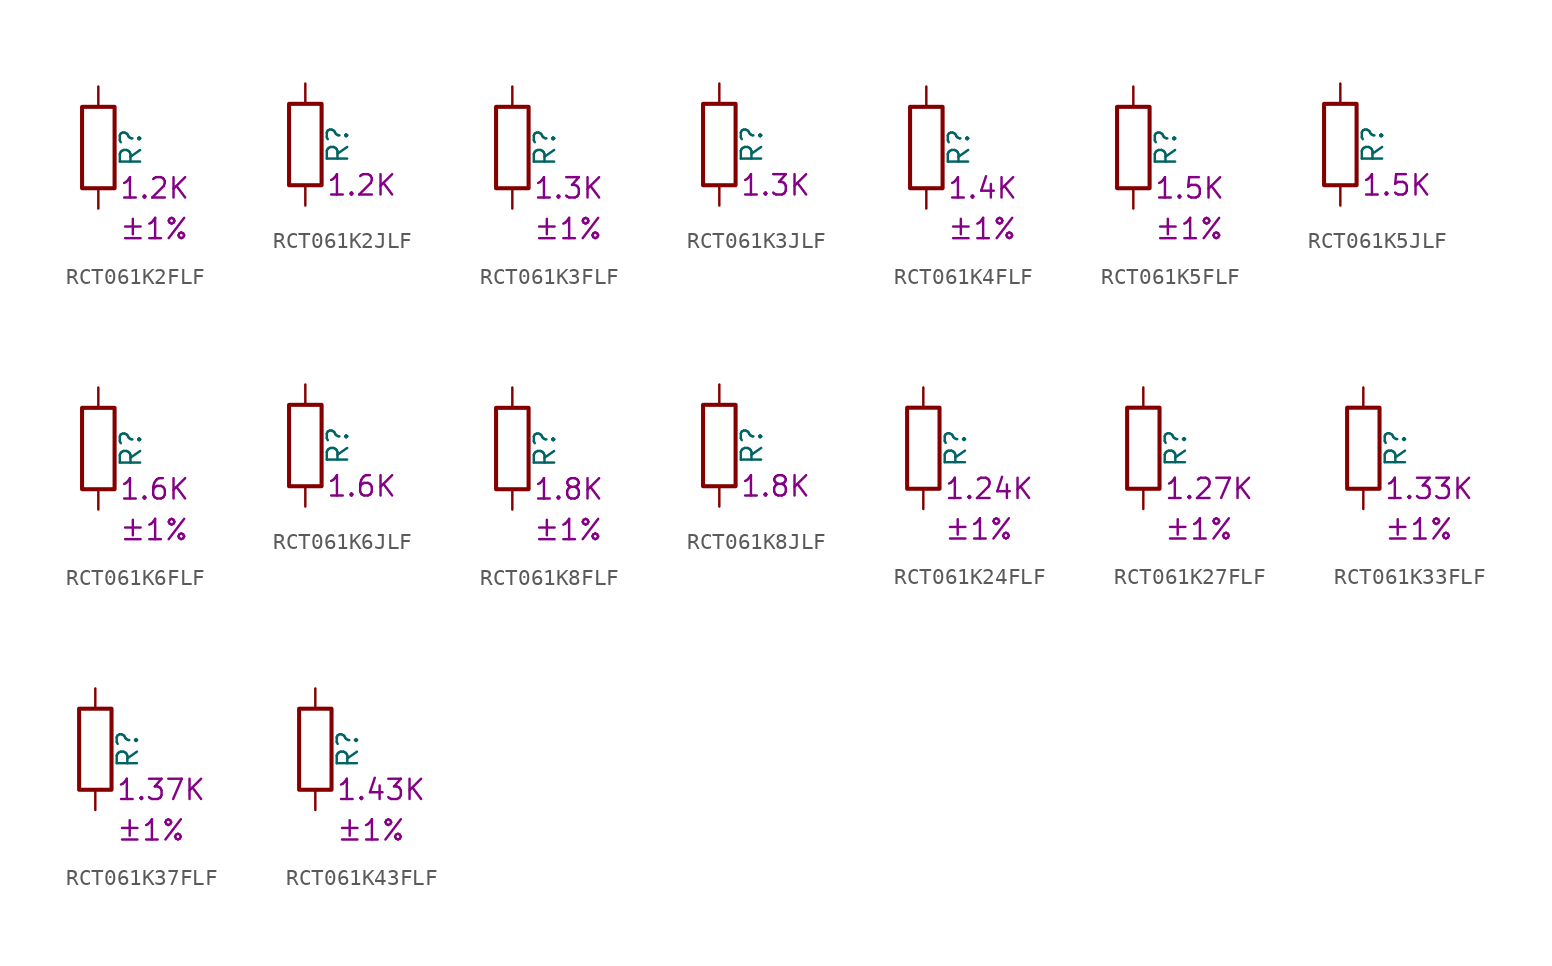
<source format=kicad_sym>
(kicad_symbol_lib
  (version 20220914)
  (generator kicad_symbol_editor)
  (symbol "RCT061K2FLF"
    (pin_numbers hide)
    (pin_names
      (offset 0))
    (property "Reference" "R"
      (at 2.032 0 90)
      (effects (font (size 1.27 1.27))))
    (property "Resistance" "1.2K"
      (at 1.27 -2.54 0)
      (effects (font (size 1.27 1.27)) (justify left)))
    (property "Tolerance" "±1%"
      (at 1.27 -5.08 0)
      (effects (font (size 1.27 1.27)) (justify left)))
    (symbol "RCT061K2FLF_0_1"
      (rectangle (start -1.016 -2.54) (end 1.016 2.54) (stroke (width 0.254) (type default)) (fill (type none))))
    (symbol "RCT061K2FLF_1_1"
      (pin passive line (at 0 3.81 270) (length 1.27) (name "~" (effects (font (size 1.27 1.27)))) (number "1" (effects (font (size 1.27 1.27)))))
      (pin passive line (at 0 -3.81 90) (length 1.27) (name "~" (effects (font (size 1.27 1.27)))) (number "2" (effects (font (size 1.27 1.27)))))))
  (symbol "RCT061K2JLF"
    (pin_numbers hide)
    (pin_names
      (offset 0))
    (property "Reference" "R"
      (at 2.032 0 90)
      (effects (font (size 1.27 1.27))))
    (property "Resistance" "1.2K"
      (at 1.27 -2.54 0)
      (effects (font (size 1.27 1.27)) (justify left)))
    (symbol "RCT061K2JLF_0_1"
      (rectangle (start -1.016 -2.54) (end 1.016 2.54) (stroke (width 0.254) (type default)) (fill (type none))))
    (symbol "RCT061K2JLF_1_1"
      (pin passive line (at 0 3.81 270) (length 1.27) (name "~" (effects (font (size 1.27 1.27)))) (number "1" (effects (font (size 1.27 1.27)))))
      (pin passive line (at 0 -3.81 90) (length 1.27) (name "~" (effects (font (size 1.27 1.27)))) (number "2" (effects (font (size 1.27 1.27)))))))
  (symbol "RCT061K3FLF"
    (pin_numbers hide)
    (pin_names
      (offset 0))
    (property "Reference" "R"
      (at 2.032 0 90)
      (effects (font (size 1.27 1.27))))
    (property "Resistance" "1.3K"
      (at 1.27 -2.54 0)
      (effects (font (size 1.27 1.27)) (justify left)))
    (property "Tolerance" "±1%"
      (at 1.27 -5.08 0)
      (effects (font (size 1.27 1.27)) (justify left)))
    (symbol "RCT061K3FLF_0_1"
      (rectangle (start -1.016 -2.54) (end 1.016 2.54) (stroke (width 0.254) (type default)) (fill (type none))))
    (symbol "RCT061K3FLF_1_1"
      (pin passive line (at 0 3.81 270) (length 1.27) (name "~" (effects (font (size 1.27 1.27)))) (number "1" (effects (font (size 1.27 1.27)))))
      (pin passive line (at 0 -3.81 90) (length 1.27) (name "~" (effects (font (size 1.27 1.27)))) (number "2" (effects (font (size 1.27 1.27)))))))
  (symbol "RCT061K3JLF"
    (pin_numbers hide)
    (pin_names
      (offset 0))
    (property "Reference" "R"
      (at 2.032 0 90)
      (effects (font (size 1.27 1.27))))
    (property "Resistance" "1.3K"
      (at 1.27 -2.54 0)
      (effects (font (size 1.27 1.27)) (justify left)))
    (symbol "RCT061K3JLF_0_1"
      (rectangle (start -1.016 -2.54) (end 1.016 2.54) (stroke (width 0.254) (type default)) (fill (type none))))
    (symbol "RCT061K3JLF_1_1"
      (pin passive line (at 0 3.81 270) (length 1.27) (name "~" (effects (font (size 1.27 1.27)))) (number "1" (effects (font (size 1.27 1.27)))))
      (pin passive line (at 0 -3.81 90) (length 1.27) (name "~" (effects (font (size 1.27 1.27)))) (number "2" (effects (font (size 1.27 1.27)))))))
  (symbol "RCT061K4FLF"
    (pin_numbers hide)
    (pin_names
      (offset 0))
    (property "Reference" "R"
      (at 2.032 0 90)
      (effects (font (size 1.27 1.27))))
    (property "Resistance" "1.4K"
      (at 1.27 -2.54 0)
      (effects (font (size 1.27 1.27)) (justify left)))
    (property "Tolerance" "±1%"
      (at 1.27 -5.08 0)
      (effects (font (size 1.27 1.27)) (justify left)))
    (symbol "RCT061K4FLF_0_1"
      (rectangle (start -1.016 -2.54) (end 1.016 2.54) (stroke (width 0.254) (type default)) (fill (type none))))
    (symbol "RCT061K4FLF_1_1"
      (pin passive line (at 0 3.81 270) (length 1.27) (name "~" (effects (font (size 1.27 1.27)))) (number "1" (effects (font (size 1.27 1.27)))))
      (pin passive line (at 0 -3.81 90) (length 1.27) (name "~" (effects (font (size 1.27 1.27)))) (number "2" (effects (font (size 1.27 1.27)))))))
  (symbol "RCT061K5FLF"
    (pin_numbers hide)
    (pin_names
      (offset 0))
    (property "Reference" "R"
      (at 2.032 0 90)
      (effects (font (size 1.27 1.27))))
    (property "Resistance" "1.5K"
      (at 1.27 -2.54 0)
      (effects (font (size 1.27 1.27)) (justify left)))
    (property "Tolerance" "±1%"
      (at 1.27 -5.08 0)
      (effects (font (size 1.27 1.27)) (justify left)))
    (symbol "RCT061K5FLF_0_1"
      (rectangle (start -1.016 -2.54) (end 1.016 2.54) (stroke (width 0.254) (type default)) (fill (type none))))
    (symbol "RCT061K5FLF_1_1"
      (pin passive line (at 0 3.81 270) (length 1.27) (name "~" (effects (font (size 1.27 1.27)))) (number "1" (effects (font (size 1.27 1.27)))))
      (pin passive line (at 0 -3.81 90) (length 1.27) (name "~" (effects (font (size 1.27 1.27)))) (number "2" (effects (font (size 1.27 1.27)))))))
  (symbol "RCT061K5JLF"
    (pin_numbers hide)
    (pin_names
      (offset 0))
    (property "Reference" "R"
      (at 2.032 0 90)
      (effects (font (size 1.27 1.27))))
    (property "Resistance" "1.5K"
      (at 1.27 -2.54 0)
      (effects (font (size 1.27 1.27)) (justify left)))
    (symbol "RCT061K5JLF_0_1"
      (rectangle (start -1.016 -2.54) (end 1.016 2.54) (stroke (width 0.254) (type default)) (fill (type none))))
    (symbol "RCT061K5JLF_1_1"
      (pin passive line (at 0 3.81 270) (length 1.27) (name "~" (effects (font (size 1.27 1.27)))) (number "1" (effects (font (size 1.27 1.27)))))
      (pin passive line (at 0 -3.81 90) (length 1.27) (name "~" (effects (font (size 1.27 1.27)))) (number "2" (effects (font (size 1.27 1.27)))))))
  (symbol "RCT061K6FLF"
    (pin_numbers hide)
    (pin_names
      (offset 0))
    (property "Reference" "R"
      (at 2.032 0 90)
      (effects (font (size 1.27 1.27))))
    (property "Resistance" "1.6K"
      (at 1.27 -2.54 0)
      (effects (font (size 1.27 1.27)) (justify left)))
    (property "Tolerance" "±1%"
      (at 1.27 -5.08 0)
      (effects (font (size 1.27 1.27)) (justify left)))
    (symbol "RCT061K6FLF_0_1"
      (rectangle (start -1.016 -2.54) (end 1.016 2.54) (stroke (width 0.254) (type default)) (fill (type none))))
    (symbol "RCT061K6FLF_1_1"
      (pin passive line (at 0 3.81 270) (length 1.27) (name "~" (effects (font (size 1.27 1.27)))) (number "1" (effects (font (size 1.27 1.27)))))
      (pin passive line (at 0 -3.81 90) (length 1.27) (name "~" (effects (font (size 1.27 1.27)))) (number "2" (effects (font (size 1.27 1.27)))))))
  (symbol "RCT061K6JLF"
    (pin_numbers hide)
    (pin_names
      (offset 0))
    (property "Reference" "R"
      (at 2.032 0 90)
      (effects (font (size 1.27 1.27))))
    (property "Resistance" "1.6K"
      (at 1.27 -2.54 0)
      (effects (font (size 1.27 1.27)) (justify left)))
    (symbol "RCT061K6JLF_0_1"
      (rectangle (start -1.016 -2.54) (end 1.016 2.54) (stroke (width 0.254) (type default)) (fill (type none))))
    (symbol "RCT061K6JLF_1_1"
      (pin passive line (at 0 3.81 270) (length 1.27) (name "~" (effects (font (size 1.27 1.27)))) (number "1" (effects (font (size 1.27 1.27)))))
      (pin passive line (at 0 -3.81 90) (length 1.27) (name "~" (effects (font (size 1.27 1.27)))) (number "2" (effects (font (size 1.27 1.27)))))))
  (symbol "RCT061K8FLF"
    (pin_numbers hide)
    (pin_names
      (offset 0))
    (property "Reference" "R"
      (at 2.032 0 90)
      (effects (font (size 1.27 1.27))))
    (property "Resistance" "1.8K"
      (at 1.27 -2.54 0)
      (effects (font (size 1.27 1.27)) (justify left)))
    (property "Tolerance" "±1%"
      (at 1.27 -5.08 0)
      (effects (font (size 1.27 1.27)) (justify left)))
    (symbol "RCT061K8FLF_0_1"
      (rectangle (start -1.016 -2.54) (end 1.016 2.54) (stroke (width 0.254) (type default)) (fill (type none))))
    (symbol "RCT061K8FLF_1_1"
      (pin passive line (at 0 3.81 270) (length 1.27) (name "~" (effects (font (size 1.27 1.27)))) (number "1" (effects (font (size 1.27 1.27)))))
      (pin passive line (at 0 -3.81 90) (length 1.27) (name "~" (effects (font (size 1.27 1.27)))) (number "2" (effects (font (size 1.27 1.27)))))))
  (symbol "RCT061K8JLF"
    (pin_numbers hide)
    (pin_names
      (offset 0))
    (property "Reference" "R"
      (at 2.032 0 90)
      (effects (font (size 1.27 1.27))))
    (property "Resistance" "1.8K"
      (at 1.27 -2.54 0)
      (effects (font (size 1.27 1.27)) (justify left)))
    (symbol "RCT061K8JLF_0_1"
      (rectangle (start -1.016 -2.54) (end 1.016 2.54) (stroke (width 0.254) (type default)) (fill (type none))))
    (symbol "RCT061K8JLF_1_1"
      (pin passive line (at 0 3.81 270) (length 1.27) (name "~" (effects (font (size 1.27 1.27)))) (number "1" (effects (font (size 1.27 1.27)))))
      (pin passive line (at 0 -3.81 90) (length 1.27) (name "~" (effects (font (size 1.27 1.27)))) (number "2" (effects (font (size 1.27 1.27)))))))
  (symbol "RCT061K24FLF"
    (pin_numbers hide)
    (pin_names
      (offset 0))
    (property "Reference" "R"
      (at 2.032 0 90)
      (effects (font (size 1.27 1.27))))
    (property "Resistance" "1.24K"
      (at 1.27 -2.54 0)
      (effects (font (size 1.27 1.27)) (justify left)))
    (property "Tolerance" "±1%"
      (at 1.27 -5.08 0)
      (effects (font (size 1.27 1.27)) (justify left)))
    (symbol "RCT061K24FLF_0_1"
      (rectangle (start -1.016 -2.54) (end 1.016 2.54) (stroke (width 0.254) (type default)) (fill (type none))))
    (symbol "RCT061K24FLF_1_1"
      (pin passive line (at 0 3.81 270) (length 1.27) (name "~" (effects (font (size 1.27 1.27)))) (number "1" (effects (font (size 1.27 1.27)))))
      (pin passive line (at 0 -3.81 90) (length 1.27) (name "~" (effects (font (size 1.27 1.27)))) (number "2" (effects (font (size 1.27 1.27)))))))
  (symbol "RCT061K27FLF"
    (pin_numbers hide)
    (pin_names
      (offset 0))
    (property "Reference" "R"
      (at 2.032 0 90)
      (effects (font (size 1.27 1.27))))
    (property "Resistance" "1.27K"
      (at 1.27 -2.54 0)
      (effects (font (size 1.27 1.27)) (justify left)))
    (property "Tolerance" "±1%"
      (at 1.27 -5.08 0)
      (effects (font (size 1.27 1.27)) (justify left)))
    (symbol "RCT061K27FLF_0_1"
      (rectangle (start -1.016 -2.54) (end 1.016 2.54) (stroke (width 0.254) (type default)) (fill (type none))))
    (symbol "RCT061K27FLF_1_1"
      (pin passive line (at 0 3.81 270) (length 1.27) (name "~" (effects (font (size 1.27 1.27)))) (number "1" (effects (font (size 1.27 1.27)))))
      (pin passive line (at 0 -3.81 90) (length 1.27) (name "~" (effects (font (size 1.27 1.27)))) (number "2" (effects (font (size 1.27 1.27)))))))
  (symbol "RCT061K33FLF"
    (pin_numbers hide)
    (pin_names
      (offset 0))
    (property "Reference" "R"
      (at 2.032 0 90)
      (effects (font (size 1.27 1.27))))
    (property "Resistance" "1.33K"
      (at 1.27 -2.54 0)
      (effects (font (size 1.27 1.27)) (justify left)))
    (property "Tolerance" "±1%"
      (at 1.27 -5.08 0)
      (effects (font (size 1.27 1.27)) (justify left)))
    (symbol "RCT061K33FLF_0_1"
      (rectangle (start -1.016 -2.54) (end 1.016 2.54) (stroke (width 0.254) (type default)) (fill (type none))))
    (symbol "RCT061K33FLF_1_1"
      (pin passive line (at 0 3.81 270) (length 1.27) (name "~" (effects (font (size 1.27 1.27)))) (number "1" (effects (font (size 1.27 1.27)))))
      (pin passive line (at 0 -3.81 90) (length 1.27) (name "~" (effects (font (size 1.27 1.27)))) (number "2" (effects (font (size 1.27 1.27)))))))
  (symbol "RCT061K37FLF"
    (pin_numbers hide)
    (pin_names
      (offset 0))
    (property "Reference" "R"
      (at 2.032 0 90)
      (effects (font (size 1.27 1.27))))
    (property "Resistance" "1.37K"
      (at 1.27 -2.54 0)
      (effects (font (size 1.27 1.27)) (justify left)))
    (property "Tolerance" "±1%"
      (at 1.27 -5.08 0)
      (effects (font (size 1.27 1.27)) (justify left)))
    (symbol "RCT061K37FLF_0_1"
      (rectangle (start -1.016 -2.54) (end 1.016 2.54) (stroke (width 0.254) (type default)) (fill (type none))))
    (symbol "RCT061K37FLF_1_1"
      (pin passive line (at 0 3.81 270) (length 1.27) (name "~" (effects (font (size 1.27 1.27)))) (number "1" (effects (font (size 1.27 1.27)))))
      (pin passive line (at 0 -3.81 90) (length 1.27) (name "~" (effects (font (size 1.27 1.27)))) (number "2" (effects (font (size 1.27 1.27)))))))
  (symbol "RCT061K43FLF"
    (pin_numbers hide)
    (pin_names
      (offset 0))
    (property "Reference" "R"
      (at 2.032 0 90)
      (effects (font (size 1.27 1.27))))
    (property "Resistance" "1.43K"
      (at 1.27 -2.54 0)
      (effects (font (size 1.27 1.27)) (justify left)))
    (property "Tolerance" "±1%"
      (at 1.27 -5.08 0)
      (effects (font (size 1.27 1.27)) (justify left)))
    (symbol "RCT061K43FLF_0_1"
      (rectangle (start -1.016 -2.54) (end 1.016 2.54) (stroke (width 0.254) (type default)) (fill (type none))))
    (symbol "RCT061K43FLF_1_1"
      (pin passive line (at 0 3.81 270) (length 1.27) (name "~" (effects (font (size 1.27 1.27)))) (number "1" (effects (font (size 1.27 1.27)))))
      (pin passive line (at 0 -3.81 90) (length 1.27) (name "~" (effects (font (size 1.27 1.27)))) (number "2" (effects (font (size 1.27 1.27))))))))
</source>
